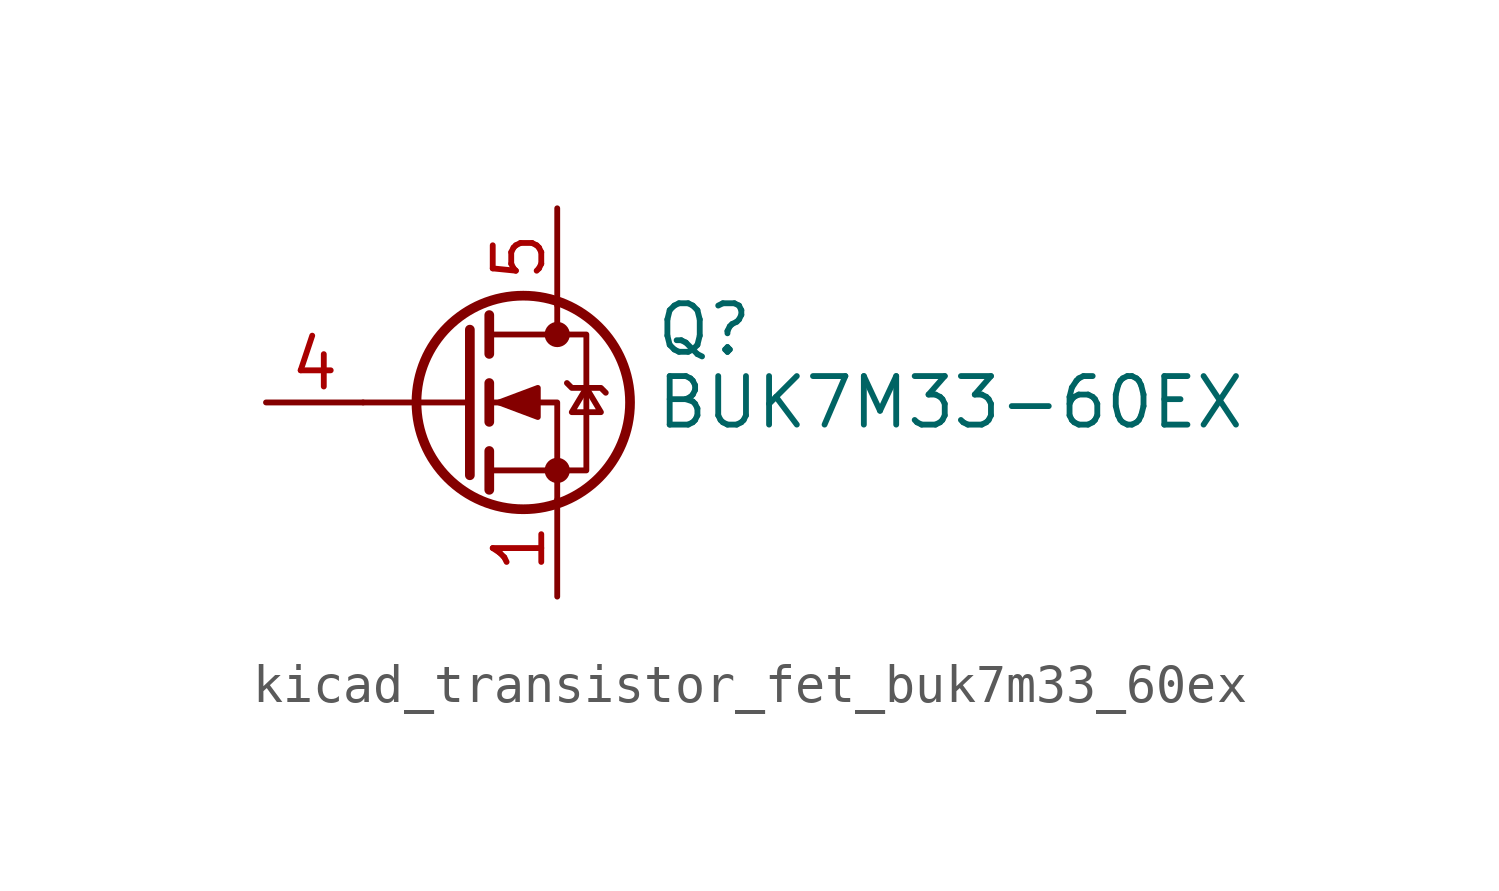
<source format=kicad_sym>
(kicad_symbol_lib
  (version 20220914)
  (generator kicad_symbol_editor)
  (symbol "kicad_transistor_fet_buk7m33_60ex"
    (pin_names hide)
    (property "Reference" "Q"
      (at 5.08 1.905 0)
      (effects (font (size 1.27 1.27)) (justify left)))
    (property "Value" "BUK7M33-60EX"
      (at 5.08 0 0)
      (effects (font (size 1.27 1.27)) (justify left)))
    (symbol "kicad_transistor_fet_buk7m33_60ex_0_1"
      (polyline (pts (xy 0.254 0) (xy -2.54 0)) (stroke (width 0) (type default)) (fill (type none)))
      (polyline (pts (xy 0.254 1.905) (xy 0.254 -1.905)) (stroke (width 0.254) (type default)) (fill (type none)))
      (polyline (pts (xy 0.762 -1.27) (xy 0.762 -2.286)) (stroke (width 0.254) (type default)) (fill (type none)))
      (polyline (pts (xy 0.762 0.508) (xy 0.762 -0.508)) (stroke (width 0.254) (type default)) (fill (type none)))
      (polyline (pts (xy 0.762 2.286) (xy 0.762 1.27)) (stroke (width 0.254) (type default)) (fill (type none)))
      (polyline (pts (xy 2.54 2.54) (xy 2.54 1.778)) (stroke (width 0) (type default)) (fill (type none)))
      (polyline (pts (xy 2.54 -2.54) (xy 2.54 0) (xy 0.762 0)) (stroke (width 0) (type default)) (fill (type none)))
      (polyline (pts (xy 0.762 -1.778) (xy 3.302 -1.778) (xy 3.302 1.778) (xy 0.762 1.778)) (stroke (width 0) (type default)) (fill (type none)))
      (polyline (pts (xy 1.016 0) (xy 2.032 0.381) (xy 2.032 -0.381) (xy 1.016 0)) (stroke (width 0) (type default)) (fill (type outline)))
      (polyline (pts (xy 2.794 0.508) (xy 2.921 0.381) (xy 3.683 0.381) (xy 3.81 0.254)) (stroke (width 0) (type default)) (fill (type none)))
      (polyline (pts (xy 3.302 0.381) (xy 2.921 -0.254) (xy 3.683 -0.254) (xy 3.302 0.381)) (stroke (width 0) (type default)) (fill (type none)))
      (circle (center 1.651 0) (radius 2.794) (stroke (width 0.254) (type default)) (fill (type none)))
      (circle (center 2.54 -1.778) (radius 0.254) (stroke (width 0) (type default)) (fill (type outline)))
      (circle (center 2.54 1.778) (radius 0.254) (stroke (width 0) (type default)) (fill (type outline))))
    (symbol "kicad_transistor_fet_buk7m33_60ex_1_1"
      (pin passive line (at 2.54 -5.08 90) (length 2.54) (name "S" (effects (font (size 1.27 1.27)))) (number "1" (effects (font (size 1.27 1.27)))))
      (pin passive line (at 2.54 -5.08 90) (length 2.54) hide (name "S" (effects (font (size 1.27 1.27)))) (number "2" (effects (font (size 1.27 1.27)))))
      (pin passive line (at 2.54 -5.08 90) (length 2.54) hide (name "S" (effects (font (size 1.27 1.27)))) (number "3" (effects (font (size 1.27 1.27)))))
      (pin passive line (at -5.08 0 0) (length 2.54) (name "G" (effects (font (size 1.27 1.27)))) (number "4" (effects (font (size 1.27 1.27)))))
      (pin passive line (at 2.54 5.08 270) (length 2.54) (name "D" (effects (font (size 1.27 1.27)))) (number "5" (effects (font (size 1.27 1.27))))))))
</source>
